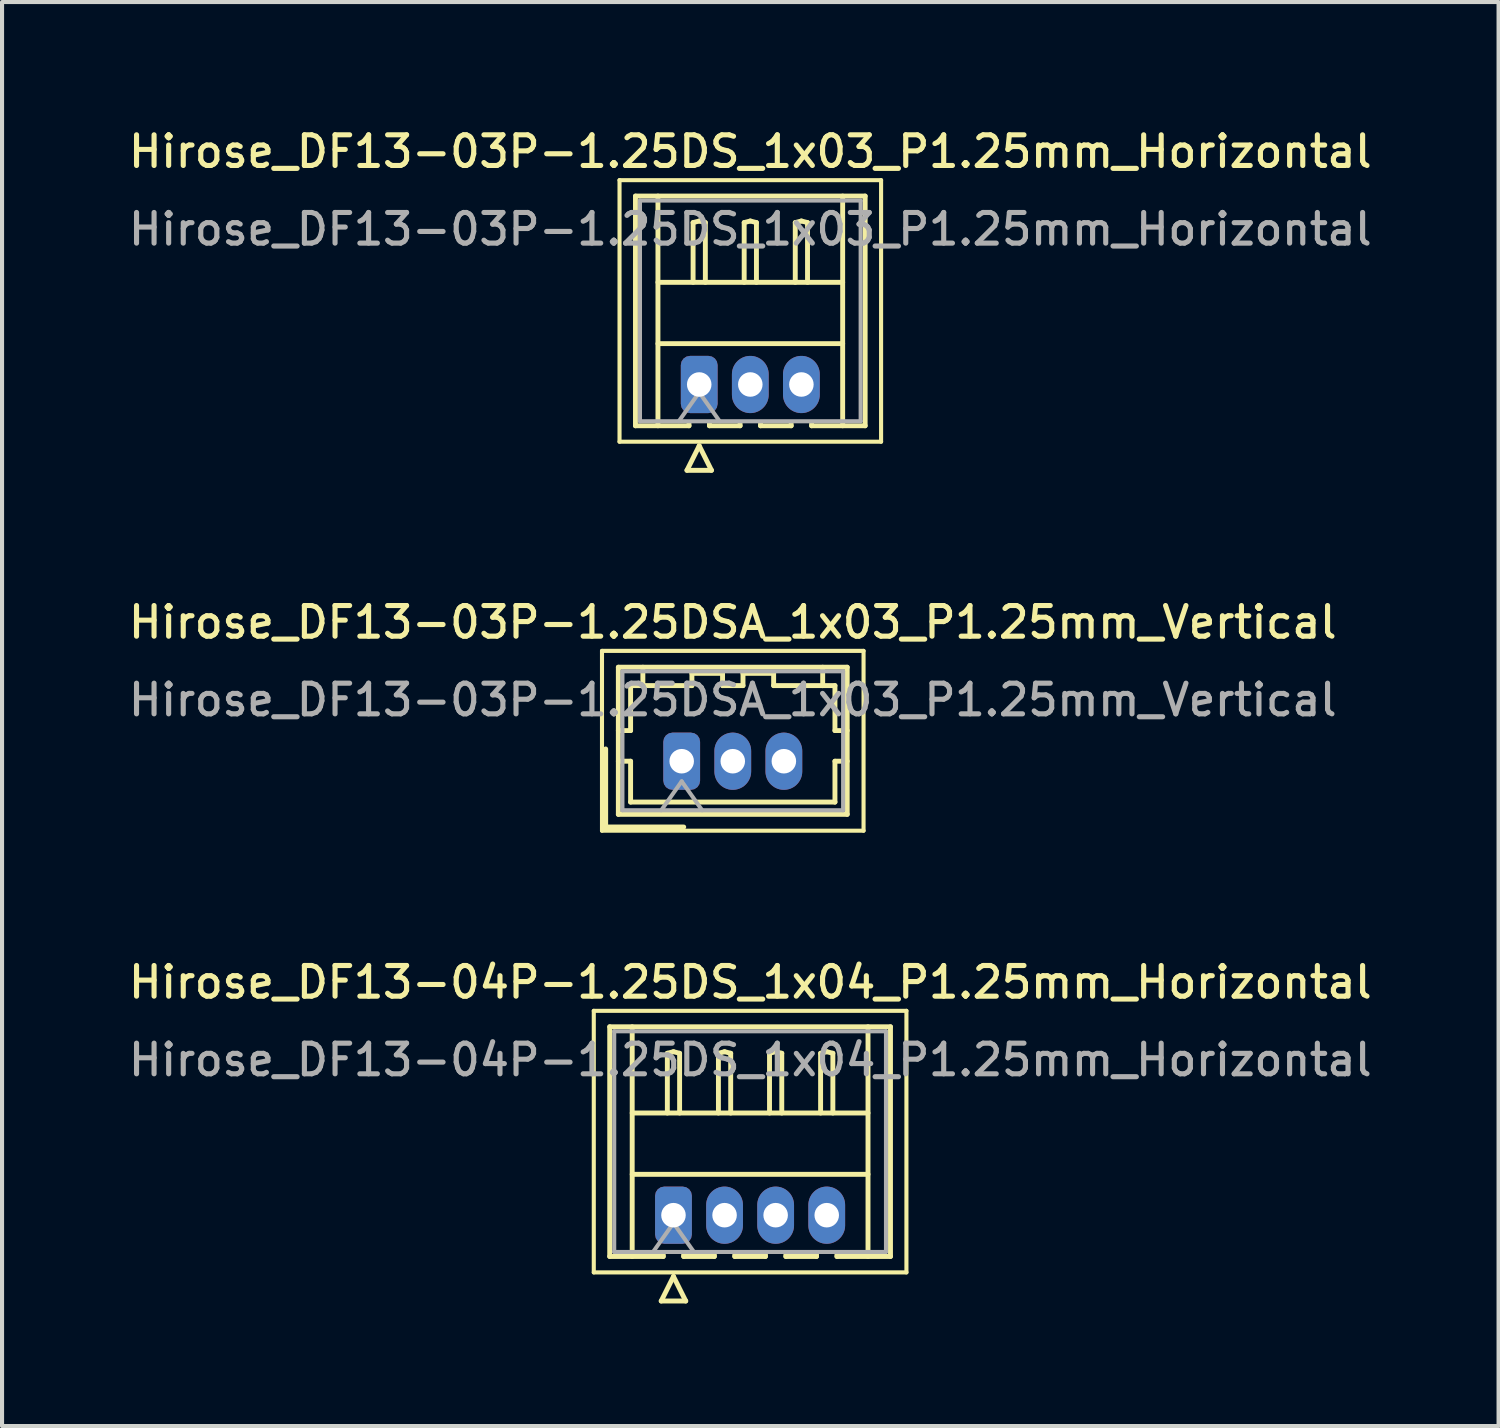
<source format=kicad_pcb>
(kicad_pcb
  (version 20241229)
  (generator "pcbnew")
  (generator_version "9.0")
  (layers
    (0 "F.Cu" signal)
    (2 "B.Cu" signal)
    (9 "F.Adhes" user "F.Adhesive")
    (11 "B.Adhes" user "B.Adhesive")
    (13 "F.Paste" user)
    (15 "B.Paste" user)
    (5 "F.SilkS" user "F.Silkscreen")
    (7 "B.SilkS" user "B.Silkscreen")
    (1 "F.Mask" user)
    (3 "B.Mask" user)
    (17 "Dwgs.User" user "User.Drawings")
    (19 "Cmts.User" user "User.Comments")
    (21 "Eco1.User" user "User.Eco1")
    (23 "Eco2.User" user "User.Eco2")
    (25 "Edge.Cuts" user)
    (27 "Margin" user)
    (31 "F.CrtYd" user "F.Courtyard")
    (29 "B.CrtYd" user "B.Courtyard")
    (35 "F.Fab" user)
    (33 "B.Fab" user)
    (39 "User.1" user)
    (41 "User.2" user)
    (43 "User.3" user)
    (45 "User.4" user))
  (footprint "Hirose_DF13-03P-1.25DSA_1x03_P1.25mm_Vertical"
    (layer "F.Cu")
    (at 13.63 15.576)
    (property "Reference" "Hirose_DF13-03P-1.25DSA_1x03_P1.25mm_Vertical" (at 1.25 -3.4 0) (layer "F.SilkS") (effects (font (size 0.75 0.75) (thickness 0.125))))
    (attr through_hole)
    (fp_line (start -1.95 -2.7) (end -1.95 1.7) (stroke (width 0.1) (type solid)) (layer "F.SilkS"))
    (fp_line (start -1.95 1.7) (end 4.45 1.7) (stroke (width 0.1) (type solid)) (layer "F.SilkS"))
    (fp_line (start -1.86 -0.3) (end -1.86 1.61) (stroke (width 0.12) (type solid)) (layer "F.SilkS"))
    (fp_line (start -1.86 1.61) (end 0.05 1.61) (stroke (width 0.12) (type solid)) (layer "F.SilkS"))
    (fp_line (start -1.55 -2.3) (end -1.55 1.3) (stroke (width 0.12) (type solid)) (layer "F.SilkS"))
    (fp_line (start -1.55 -0.75) (end -1.25 -0.75) (stroke (width 0.12) (type solid)) (layer "F.SilkS"))
    (fp_line (start -1.55 0) (end -1.25 0) (stroke (width 0.12) (type solid)) (layer "F.SilkS"))
    (fp_line (start -1.55 1.3) (end 4.05 1.3) (stroke (width 0.12) (type solid)) (layer "F.SilkS"))
    (fp_line (start -1.25 -1.85) (end -0.95 -1.85) (stroke (width 0.12) (type solid)) (layer "F.SilkS"))
    (fp_line (start -1.25 -0.75) (end -1.25 -1.85) (stroke (width 0.12) (type solid)) (layer "F.SilkS"))
    (fp_line (start -1.25 0) (end -1.25 1) (stroke (width 0.12) (type solid)) (layer "F.SilkS"))
    (fp_line (start -1.25 1) (end 3.75 1) (stroke (width 0.12) (type solid)) (layer "F.SilkS"))
    (fp_line (start -0.95 -1.85) (end -0.95 -2.3) (stroke (width 0.12) (type solid)) (layer "F.SilkS"))
    (fp_line (start -0.95 -1.85) (end 0.25 -1.85) (stroke (width 0.12) (type solid)) (layer "F.SilkS"))
    (fp_line (start 0.25 -2.15) (end 1 -2.15) (stroke (width 0.12) (type solid)) (layer "F.SilkS"))
    (fp_line (start 0.25 -1.85) (end 0.25 -2.15) (stroke (width 0.12) (type solid)) (layer "F.SilkS"))
    (fp_line (start 1 -2.15) (end 1 -1.85) (stroke (width 0.12) (type solid)) (layer "F.SilkS"))
    (fp_line (start 1 -1.85) (end 1.5 -1.85) (stroke (width 0.12) (type solid)) (layer "F.SilkS"))
    (fp_line (start 1.5 -2.15) (end 2.25 -2.15) (stroke (width 0.12) (type solid)) (layer "F.SilkS"))
    (fp_line (start 1.5 -1.85) (end 1.5 -2.15) (stroke (width 0.12) (type solid)) (layer "F.SilkS"))
    (fp_line (start 2.25 -2.15) (end 2.25 -1.85) (stroke (width 0.12) (type solid)) (layer "F.SilkS"))
    (fp_line (start 2.25 -1.85) (end 3.45 -1.85) (stroke (width 0.12) (type solid)) (layer "F.SilkS"))
    (fp_line (start 3.45 -1.85) (end 3.45 -2.3) (stroke (width 0.12) (type solid)) (layer "F.SilkS"))
    (fp_line (start 3.75 -1.85) (end 3.45 -1.85) (stroke (width 0.12) (type solid)) (layer "F.SilkS"))
    (fp_line (start 3.75 -0.75) (end 3.75 -1.85) (stroke (width 0.12) (type solid)) (layer "F.SilkS"))
    (fp_line (start 3.75 0) (end 4.05 0) (stroke (width 0.12) (type solid)) (layer "F.SilkS"))
    (fp_line (start 3.75 1) (end 3.75 0) (stroke (width 0.12) (type solid)) (layer "F.SilkS"))
    (fp_line (start 4.05 -2.3) (end -1.55 -2.3) (stroke (width 0.12) (type solid)) (layer "F.SilkS"))
    (fp_line (start 4.05 -0.75) (end 3.75 -0.75) (stroke (width 0.12) (type solid)) (layer "F.SilkS"))
    (fp_line (start 4.05 1.3) (end 4.05 -2.3) (stroke (width 0.12) (type solid)) (layer "F.SilkS"))
    (fp_line (start 4.45 -2.7) (end -1.95 -2.7) (stroke (width 0.1) (type solid)) (layer "F.SilkS"))
    (fp_line (start 4.45 1.7) (end 4.45 -2.7) (stroke (width 0.1) (type solid)) (layer "F.SilkS"))
    (fp_line (start -1.45 -2.2) (end -1.45 1.2) (stroke (width 0.1) (type solid)) (layer "F.Fab"))
    (fp_line (start -1.45 1.2) (end 3.95 1.2) (stroke (width 0.1) (type solid)) (layer "F.Fab"))
    (fp_line (start -0.5 1.2) (end 0 0.493) (stroke (width 0.1) (type solid)) (layer "F.Fab"))
    (fp_line (start 0 0.493) (end 0.5 1.2) (stroke (width 0.1) (type solid)) (layer "F.Fab"))
    (fp_line (start 3.95 -2.2) (end -1.45 -2.2) (stroke (width 0.1) (type solid)) (layer "F.Fab"))
    (fp_line (start 3.95 1.2) (end 3.95 -2.2) (stroke (width 0.1) (type solid)) (layer "F.Fab"))
    (fp_text user "${REFERENCE}" (at 1.25 -1.5 0) (layer "F.Fab") (effects (font (size 0.75 0.75) (thickness 0.125))))
    (pad "1" thru_hole roundrect (at 0 0) (size 0.9 1.4) (drill 0.6) (layers "*.Cu" "*.Mask") (roundrect_rratio 0.25))
    (pad "2" thru_hole oval (at 1.25 0) (size 0.9 1.4) (drill 0.6) (layers "*.Cu" "*.Mask"))
    (pad "3" thru_hole oval (at 2.5 0) (size 0.9 1.4) (drill 0.6) (layers "*.Cu" "*.Mask")))
  (footprint "Hirose_DF13-03P-1.25DS_1x03_P1.25mm_Horizontal"
    (layer "F.Cu")
    (at 14.059 6.358)
    (property "Reference" "Hirose_DF13-03P-1.25DS_1x03_P1.25mm_Horizontal" (at 1.25 -5.7 0) (layer "F.SilkS") (effects (font (size 0.75 0.75) (thickness 0.125))))
    (attr through_hole)
    (fp_line (start -1.95 -5) (end -1.95 1.4) (stroke (width 0.1) (type solid)) (layer "F.SilkS"))
    (fp_line (start -1.95 1.4) (end 4.45 1.4) (stroke (width 0.1) (type solid)) (layer "F.SilkS"))
    (fp_line (start -1.56 -4.61) (end 4.06 -4.61) (stroke (width 0.12) (type solid)) (layer "F.SilkS"))
    (fp_line (start -1.56 1.01) (end -1.56 -4.61) (stroke (width 0.12) (type solid)) (layer "F.SilkS"))
    (fp_line (start -1.01 -4.61) (end -1.01 1.01) (stroke (width 0.12) (type solid)) (layer "F.SilkS"))
    (fp_line (start -1.01 -2.5) (end 3.51 -2.5) (stroke (width 0.12) (type solid)) (layer "F.SilkS"))
    (fp_line (start -1.01 -1) (end 3.51 -1) (stroke (width 0.12) (type solid)) (layer "F.SilkS"))
    (fp_line (start -0.3 2.1) (end 0.3 2.1) (stroke (width 0.12) (type solid)) (layer "F.SilkS"))
    (fp_line (start -0.25 0.96) (end -0.25 1.01) (stroke (width 0.12) (type solid)) (layer "F.SilkS"))
    (fp_line (start -0.25 1.01) (end -1.56 1.01) (stroke (width 0.12) (type solid)) (layer "F.SilkS"))
    (fp_line (start -0.15 -3.962) (end 0 -4) (stroke (width 0.12) (type solid)) (layer "F.SilkS"))
    (fp_line (start -0.15 -2.5) (end -0.15 -3.962) (stroke (width 0.12) (type solid)) (layer "F.SilkS"))
    (fp_line (start 0 -4) (end 0.15 -3.962) (stroke (width 0.12) (type solid)) (layer "F.SilkS"))
    (fp_line (start 0 1.5) (end -0.3 2.1) (stroke (width 0.12) (type solid)) (layer "F.SilkS"))
    (fp_line (start 0.15 -3.962) (end 0.15 -2.5) (stroke (width 0.12) (type solid)) (layer "F.SilkS"))
    (fp_line (start 0.25 0.96) (end 0.25 1.01) (stroke (width 0.12) (type solid)) (layer "F.SilkS"))
    (fp_line (start 0.25 1.01) (end 1 1.01) (stroke (width 0.12) (type solid)) (layer "F.SilkS"))
    (fp_line (start 0.3 2.1) (end 0 1.5) (stroke (width 0.12) (type solid)) (layer "F.SilkS"))
    (fp_line (start 1 1.01) (end 1 0.96) (stroke (width 0.12) (type solid)) (layer "F.SilkS"))
    (fp_line (start 1.1 -3.962) (end 1.25 -4) (stroke (width 0.12) (type solid)) (layer "F.SilkS"))
    (fp_line (start 1.1 -2.5) (end 1.1 -3.962) (stroke (width 0.12) (type solid)) (layer "F.SilkS"))
    (fp_line (start 1.25 -4) (end 1.4 -3.962) (stroke (width 0.12) (type solid)) (layer "F.SilkS"))
    (fp_line (start 1.4 -3.962) (end 1.4 -2.5) (stroke (width 0.12) (type solid)) (layer "F.SilkS"))
    (fp_line (start 1.5 0.96) (end 1.5 1.01) (stroke (width 0.12) (type solid)) (layer "F.SilkS"))
    (fp_line (start 1.5 1.01) (end 2.25 1.01) (stroke (width 0.12) (type solid)) (layer "F.SilkS"))
    (fp_line (start 2.25 1.01) (end 2.25 0.96) (stroke (width 0.12) (type solid)) (layer "F.SilkS"))
    (fp_line (start 2.35 -3.962) (end 2.5 -4) (stroke (width 0.12) (type solid)) (layer "F.SilkS"))
    (fp_line (start 2.35 -2.5) (end 2.35 -3.962) (stroke (width 0.12) (type solid)) (layer "F.SilkS"))
    (fp_line (start 2.5 -4) (end 2.65 -3.962) (stroke (width 0.12) (type solid)) (layer "F.SilkS"))
    (fp_line (start 2.65 -3.962) (end 2.65 -2.5) (stroke (width 0.12) (type solid)) (layer "F.SilkS"))
    (fp_line (start 2.75 1.01) (end 2.75 0.96) (stroke (width 0.12) (type solid)) (layer "F.SilkS"))
    (fp_line (start 3.51 -4.61) (end 3.51 1.01) (stroke (width 0.12) (type solid)) (layer "F.SilkS"))
    (fp_line (start 4.06 -4.61) (end 4.06 1.01) (stroke (width 0.12) (type solid)) (layer "F.SilkS"))
    (fp_line (start 4.06 1.01) (end 2.75 1.01) (stroke (width 0.12) (type solid)) (layer "F.SilkS"))
    (fp_line (start 4.45 -5) (end -1.95 -5) (stroke (width 0.1) (type solid)) (layer "F.SilkS"))
    (fp_line (start 4.45 1.4) (end 4.45 -5) (stroke (width 0.1) (type solid)) (layer "F.SilkS"))
    (fp_line (start -1.45 -4.5) (end -1.45 0.9) (stroke (width 0.1) (type solid)) (layer "F.Fab"))
    (fp_line (start -1.45 0.9) (end 3.95 0.9) (stroke (width 0.1) (type solid)) (layer "F.Fab"))
    (fp_line (start -0.5 0.9) (end 0 0.193) (stroke (width 0.1) (type solid)) (layer "F.Fab"))
    (fp_line (start 0 0.193) (end 0.5 0.9) (stroke (width 0.1) (type solid)) (layer "F.Fab"))
    (fp_line (start 3.95 -4.5) (end -1.45 -4.5) (stroke (width 0.1) (type solid)) (layer "F.Fab"))
    (fp_line (start 3.95 0.9) (end 3.95 -4.5) (stroke (width 0.1) (type solid)) (layer "F.Fab"))
    (fp_text user "${REFERENCE}" (at 1.25 -3.8 0) (layer "F.Fab") (effects (font (size 0.75 0.75) (thickness 0.125))))
    (pad "1" thru_hole roundrect (at 0 0) (size 0.9 1.4) (drill 0.6) (layers "*.Cu" "*.Mask") (roundrect_rratio 0.25))
    (pad "2" thru_hole oval (at 1.25 0) (size 0.9 1.4) (drill 0.6) (layers "*.Cu" "*.Mask"))
    (pad "3" thru_hole oval (at 2.5 0) (size 0.9 1.4) (drill 0.6) (layers "*.Cu" "*.Mask")))
  (footprint "Hirose_DF13-04P-1.25DS_1x04_P1.25mm_Horizontal"
    (layer "F.Cu")
    (at 13.429 26.684)
    (property "Reference" "Hirose_DF13-04P-1.25DS_1x04_P1.25mm_Horizontal" (at 1.88 -5.7 0) (layer "F.SilkS") (effects (font (size 0.75 0.75) (thickness 0.125))))
    (attr through_hole)
    (fp_line (start -1.95 -5) (end -1.95 1.4) (stroke (width 0.1) (type solid)) (layer "F.SilkS"))
    (fp_line (start -1.95 1.4) (end 5.7 1.4) (stroke (width 0.1) (type solid)) (layer "F.SilkS"))
    (fp_line (start -1.56 -4.61) (end 5.31 -4.61) (stroke (width 0.12) (type solid)) (layer "F.SilkS"))
    (fp_line (start -1.56 1.01) (end -1.56 -4.61) (stroke (width 0.12) (type solid)) (layer "F.SilkS"))
    (fp_line (start -1.01 -4.61) (end -1.01 1.01) (stroke (width 0.12) (type solid)) (layer "F.SilkS"))
    (fp_line (start -1.01 -2.5) (end 4.76 -2.5) (stroke (width 0.12) (type solid)) (layer "F.SilkS"))
    (fp_line (start -1.01 -1) (end 4.76 -1) (stroke (width 0.12) (type solid)) (layer "F.SilkS"))
    (fp_line (start -0.3 2.1) (end 0.3 2.1) (stroke (width 0.12) (type solid)) (layer "F.SilkS"))
    (fp_line (start -0.25 0.96) (end -0.25 1.01) (stroke (width 0.12) (type solid)) (layer "F.SilkS"))
    (fp_line (start -0.25 1.01) (end -1.56 1.01) (stroke (width 0.12) (type solid)) (layer "F.SilkS"))
    (fp_line (start -0.15 -3.962) (end 0 -4) (stroke (width 0.12) (type solid)) (layer "F.SilkS"))
    (fp_line (start -0.15 -2.5) (end -0.15 -3.962) (stroke (width 0.12) (type solid)) (layer "F.SilkS"))
    (fp_line (start 0 -4) (end 0.15 -3.962) (stroke (width 0.12) (type solid)) (layer "F.SilkS"))
    (fp_line (start 0 1.5) (end -0.3 2.1) (stroke (width 0.12) (type solid)) (layer "F.SilkS"))
    (fp_line (start 0.15 -3.962) (end 0.15 -2.5) (stroke (width 0.12) (type solid)) (layer "F.SilkS"))
    (fp_line (start 0.25 0.96) (end 0.25 1.01) (stroke (width 0.12) (type solid)) (layer "F.SilkS"))
    (fp_line (start 0.25 1.01) (end 1 1.01) (stroke (width 0.12) (type solid)) (layer "F.SilkS"))
    (fp_line (start 0.3 2.1) (end 0 1.5) (stroke (width 0.12) (type solid)) (layer "F.SilkS"))
    (fp_line (start 1 1.01) (end 1 0.96) (stroke (width 0.12) (type solid)) (layer "F.SilkS"))
    (fp_line (start 1.1 -3.962) (end 1.25 -4) (stroke (width 0.12) (type solid)) (layer "F.SilkS"))
    (fp_line (start 1.1 -2.5) (end 1.1 -3.962) (stroke (width 0.12) (type solid)) (layer "F.SilkS"))
    (fp_line (start 1.25 -4) (end 1.4 -3.962) (stroke (width 0.12) (type solid)) (layer "F.SilkS"))
    (fp_line (start 1.4 -3.962) (end 1.4 -2.5) (stroke (width 0.12) (type solid)) (layer "F.SilkS"))
    (fp_line (start 1.5 0.96) (end 1.5 1.01) (stroke (width 0.12) (type solid)) (layer "F.SilkS"))
    (fp_line (start 1.5 1.01) (end 2.25 1.01) (stroke (width 0.12) (type solid)) (layer "F.SilkS"))
    (fp_line (start 2.25 1.01) (end 2.25 0.96) (stroke (width 0.12) (type solid)) (layer "F.SilkS"))
    (fp_line (start 2.35 -3.962) (end 2.5 -4) (stroke (width 0.12) (type solid)) (layer "F.SilkS"))
    (fp_line (start 2.35 -2.5) (end 2.35 -3.962) (stroke (width 0.12) (type solid)) (layer "F.SilkS"))
    (fp_line (start 2.5 -4) (end 2.65 -3.962) (stroke (width 0.12) (type solid)) (layer "F.SilkS"))
    (fp_line (start 2.65 -3.962) (end 2.65 -2.5) (stroke (width 0.12) (type solid)) (layer "F.SilkS"))
    (fp_line (start 2.75 0.96) (end 2.75 1.01) (stroke (width 0.12) (type solid)) (layer "F.SilkS"))
    (fp_line (start 2.75 1.01) (end 3.5 1.01) (stroke (width 0.12) (type solid)) (layer "F.SilkS"))
    (fp_line (start 3.5 1.01) (end 3.5 0.96) (stroke (width 0.12) (type solid)) (layer "F.SilkS"))
    (fp_line (start 3.6 -3.962) (end 3.75 -4) (stroke (width 0.12) (type solid)) (layer "F.SilkS"))
    (fp_line (start 3.6 -2.5) (end 3.6 -3.962) (stroke (width 0.12) (type solid)) (layer "F.SilkS"))
    (fp_line (start 3.75 -4) (end 3.9 -3.962) (stroke (width 0.12) (type solid)) (layer "F.SilkS"))
    (fp_line (start 3.9 -3.962) (end 3.9 -2.5) (stroke (width 0.12) (type solid)) (layer "F.SilkS"))
    (fp_line (start 4 1.01) (end 4 0.96) (stroke (width 0.12) (type solid)) (layer "F.SilkS"))
    (fp_line (start 4.76 -4.61) (end 4.76 1.01) (stroke (width 0.12) (type solid)) (layer "F.SilkS"))
    (fp_line (start 5.31 -4.61) (end 5.31 1.01) (stroke (width 0.12) (type solid)) (layer "F.SilkS"))
    (fp_line (start 5.31 1.01) (end 4 1.01) (stroke (width 0.12) (type solid)) (layer "F.SilkS"))
    (fp_line (start 5.7 -5) (end -1.95 -5) (stroke (width 0.1) (type solid)) (layer "F.SilkS"))
    (fp_line (start 5.7 1.4) (end 5.7 -5) (stroke (width 0.1) (type solid)) (layer "F.SilkS"))
    (fp_line (start -1.45 -4.5) (end -1.45 0.9) (stroke (width 0.1) (type solid)) (layer "F.Fab"))
    (fp_line (start -1.45 0.9) (end 5.2 0.9) (stroke (width 0.1) (type solid)) (layer "F.Fab"))
    (fp_line (start -0.5 0.9) (end 0 0.193) (stroke (width 0.1) (type solid)) (layer "F.Fab"))
    (fp_line (start 0 0.193) (end 0.5 0.9) (stroke (width 0.1) (type solid)) (layer "F.Fab"))
    (fp_line (start 5.2 -4.5) (end -1.45 -4.5) (stroke (width 0.1) (type solid)) (layer "F.Fab"))
    (fp_line (start 5.2 0.9) (end 5.2 -4.5) (stroke (width 0.1) (type solid)) (layer "F.Fab"))
    (fp_text user "${REFERENCE}" (at 1.88 -3.8 0) (layer "F.Fab") (effects (font (size 0.75 0.75) (thickness 0.125))))
    (pad "1" thru_hole roundrect (at 0 0) (size 0.9 1.4) (drill 0.6) (layers "*.Cu" "*.Mask") (roundrect_rratio 0.25))
    (pad "2" thru_hole oval (at 1.25 0) (size 0.9 1.4) (drill 0.6) (layers "*.Cu" "*.Mask"))
    (pad "3" thru_hole oval (at 2.5 0) (size 0.9 1.4) (drill 0.6) (layers "*.Cu" "*.Mask"))
    (pad "4" thru_hole oval (at 3.75 0) (size 0.9 1.4) (drill 0.6) (layers "*.Cu" "*.Mask")))
  (gr_rect
    (start -3 -3)
    (end 33.618 31.844)
    (stroke (width 0.1) (type default))
    (fill no)
    (layer "Edge.Cuts")))
</source>
